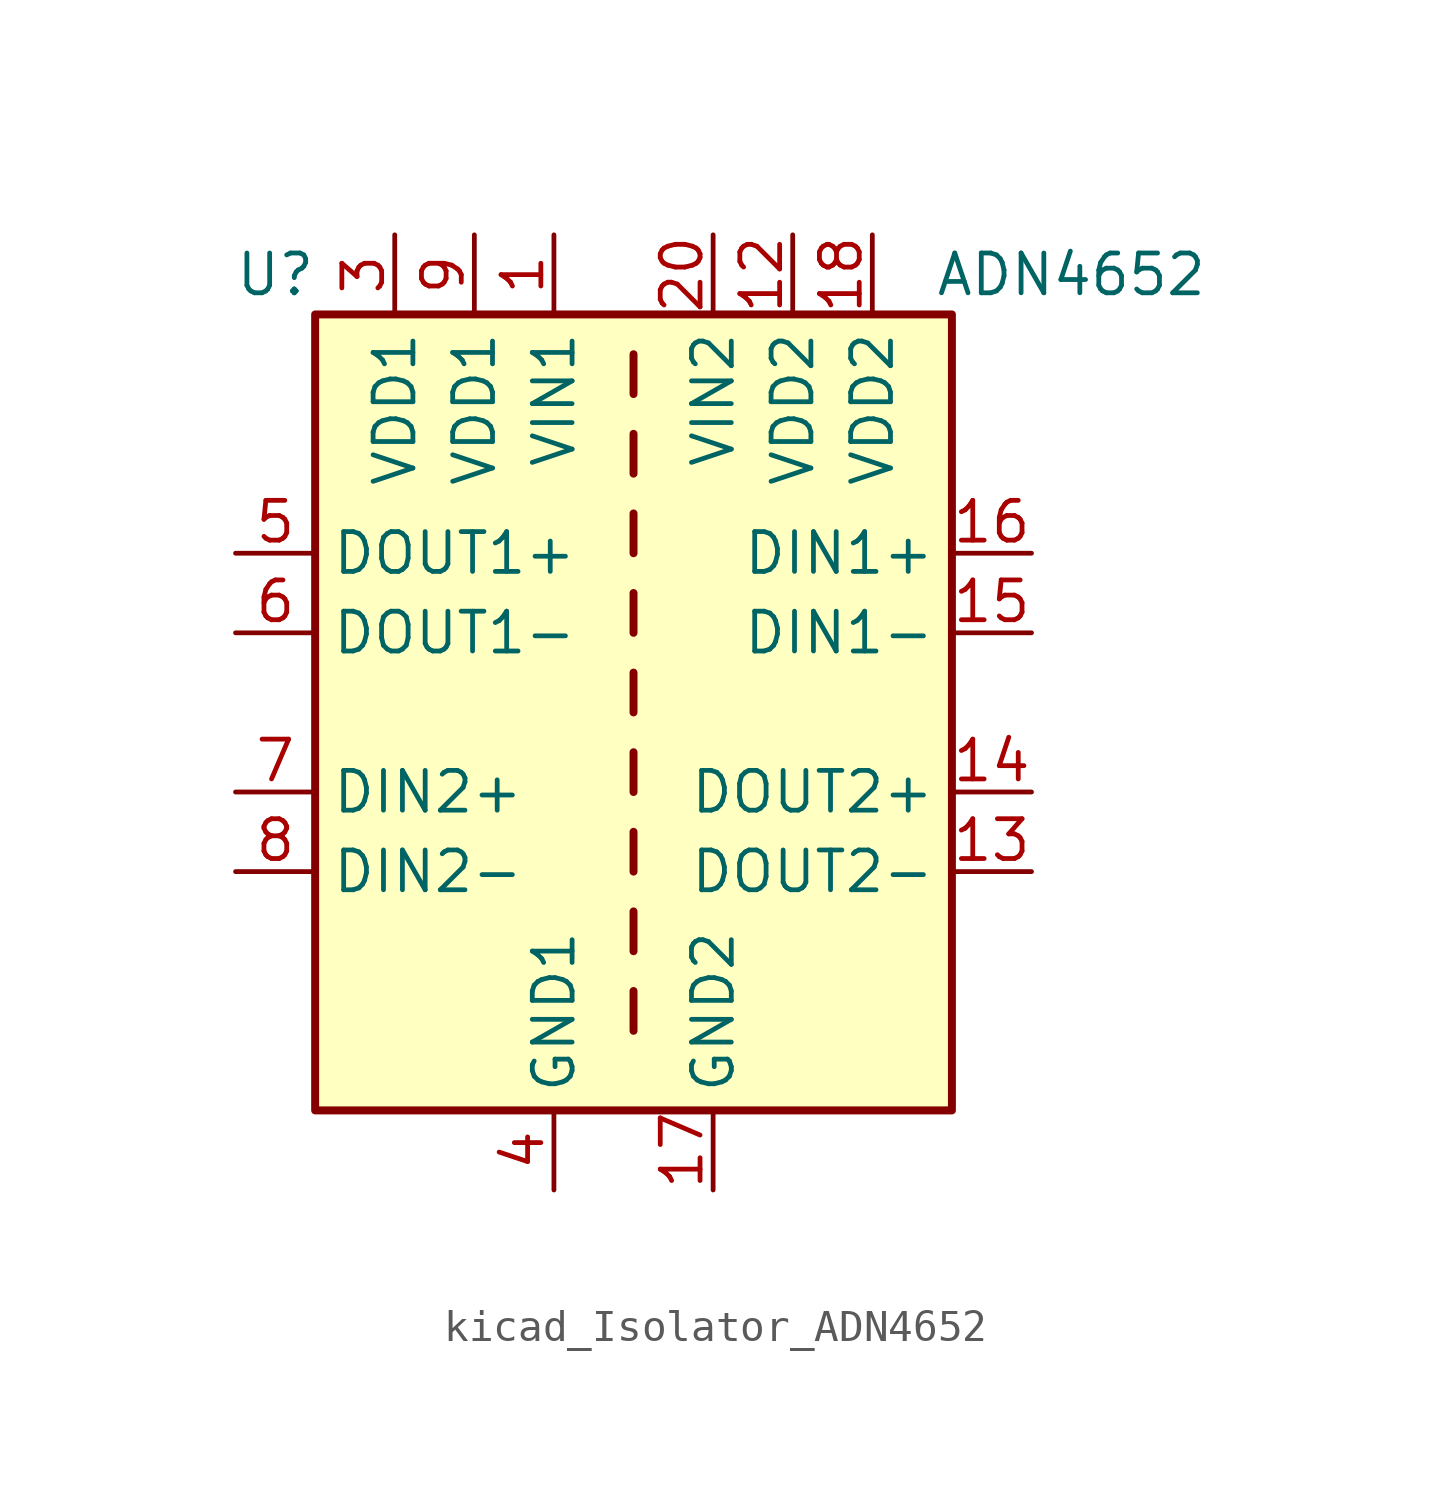
<source format=kicad_sym>
(kicad_symbol_lib
  (version 20220914)
  (generator kicad_symbol_editor)
  (symbol "kicad_Isolator_ADN4652"
    (property "Reference" "U"
      (at -11.43 13.97 0)
      (effects (font (size 1.27 1.27))))
    (property "Value" "ADN4652"
      (at 13.97 13.97 0)
      (effects (font (size 1.27 1.27))))
    (symbol "kicad_Isolator_ADN4652_0_0"
      (pin power_in line (at 5.08 15.24 270) (length 2.54) (name "VDD2" (effects (font (size 1.27 1.27)))) (number "12" (effects (font (size 1.27 1.27)))))
      (pin power_in line (at -5.08 15.24 270) (length 2.54) (name "VDD1" (effects (font (size 1.27 1.27)))) (number "9" (effects (font (size 1.27 1.27))))))
    (symbol "kicad_Isolator_ADN4652_0_1"
      (rectangle (start -10.16 12.7) (end 10.16 -12.7) (stroke (width 0.254) (type default)) (fill (type background)))
      (polyline (pts (xy 0 -8.89) (xy 0 -10.16)) (stroke (width 0.254) (type default)) (fill (type none)))
      (polyline (pts (xy 0 -6.35) (xy 0 -7.62)) (stroke (width 0.254) (type default)) (fill (type none)))
      (polyline (pts (xy 0 -3.81) (xy 0 -5.08)) (stroke (width 0.254) (type default)) (fill (type none)))
      (polyline (pts (xy 0 -1.27) (xy 0 -2.54)) (stroke (width 0.254) (type default)) (fill (type none)))
      (polyline (pts (xy 0 1.27) (xy 0 0)) (stroke (width 0.254) (type default)) (fill (type none)))
      (polyline (pts (xy 0 3.81) (xy 0 2.54)) (stroke (width 0.254) (type default)) (fill (type none)))
      (polyline (pts (xy 0 6.35) (xy 0 5.08)) (stroke (width 0.254) (type default)) (fill (type none)))
      (polyline (pts (xy 0 8.89) (xy 0 7.62)) (stroke (width 0.254) (type default)) (fill (type none)))
      (polyline (pts (xy 0 11.43) (xy 0 10.16)) (stroke (width 0.254) (type default)) (fill (type none))))
    (symbol "kicad_Isolator_ADN4652_1_1"
      (pin power_in line (at -2.54 15.24 270) (length 2.54) (name "VIN1" (effects (font (size 1.27 1.27)))) (number "1" (effects (font (size 1.27 1.27)))))
      (pin passive line (at -2.54 -15.24 90) (length 2.54) hide (name "GND1" (effects (font (size 1.27 1.27)))) (number "10" (effects (font (size 1.27 1.27)))))
      (pin passive line (at 2.54 -15.24 90) (length 2.54) hide (name "GND2" (effects (font (size 1.27 1.27)))) (number "11" (effects (font (size 1.27 1.27)))))
      (pin output line (at 12.7 -5.08 180) (length 2.54) (name "DOUT2-" (effects (font (size 1.27 1.27)))) (number "13" (effects (font (size 1.27 1.27)))))
      (pin output line (at 12.7 -2.54 180) (length 2.54) (name "DOUT2+" (effects (font (size 1.27 1.27)))) (number "14" (effects (font (size 1.27 1.27)))))
      (pin input line (at 12.7 2.54 180) (length 2.54) (name "DIN1-" (effects (font (size 1.27 1.27)))) (number "15" (effects (font (size 1.27 1.27)))))
      (pin input line (at 12.7 5.08 180) (length 2.54) (name "DIN1+" (effects (font (size 1.27 1.27)))) (number "16" (effects (font (size 1.27 1.27)))))
      (pin power_in line (at 2.54 -15.24 90) (length 2.54) (name "GND2" (effects (font (size 1.27 1.27)))) (number "17" (effects (font (size 1.27 1.27)))))
      (pin power_in line (at 7.62 15.24 270) (length 2.54) (name "VDD2" (effects (font (size 1.27 1.27)))) (number "18" (effects (font (size 1.27 1.27)))))
      (pin passive line (at 2.54 -15.24 90) (length 2.54) hide (name "GND2" (effects (font (size 1.27 1.27)))) (number "19" (effects (font (size 1.27 1.27)))))
      (pin passive line (at -2.54 -15.24 90) (length 2.54) hide (name "GND1" (effects (font (size 1.27 1.27)))) (number "2" (effects (font (size 1.27 1.27)))))
      (pin power_in line (at 2.54 15.24 270) (length 2.54) (name "VIN2" (effects (font (size 1.27 1.27)))) (number "20" (effects (font (size 1.27 1.27)))))
      (pin power_in line (at -7.62 15.24 270) (length 2.54) (name "VDD1" (effects (font (size 1.27 1.27)))) (number "3" (effects (font (size 1.27 1.27)))))
      (pin power_in line (at -2.54 -15.24 90) (length 2.54) (name "GND1" (effects (font (size 1.27 1.27)))) (number "4" (effects (font (size 1.27 1.27)))))
      (pin output line (at -12.7 5.08 0) (length 2.54) (name "DOUT1+" (effects (font (size 1.27 1.27)))) (number "5" (effects (font (size 1.27 1.27)))))
      (pin output line (at -12.7 2.54 0) (length 2.54) (name "DOUT1-" (effects (font (size 1.27 1.27)))) (number "6" (effects (font (size 1.27 1.27)))))
      (pin input line (at -12.7 -2.54 0) (length 2.54) (name "DIN2+" (effects (font (size 1.27 1.27)))) (number "7" (effects (font (size 1.27 1.27)))))
      (pin input line (at -12.7 -5.08 0) (length 2.54) (name "DIN2-" (effects (font (size 1.27 1.27)))) (number "8" (effects (font (size 1.27 1.27))))))))
</source>
